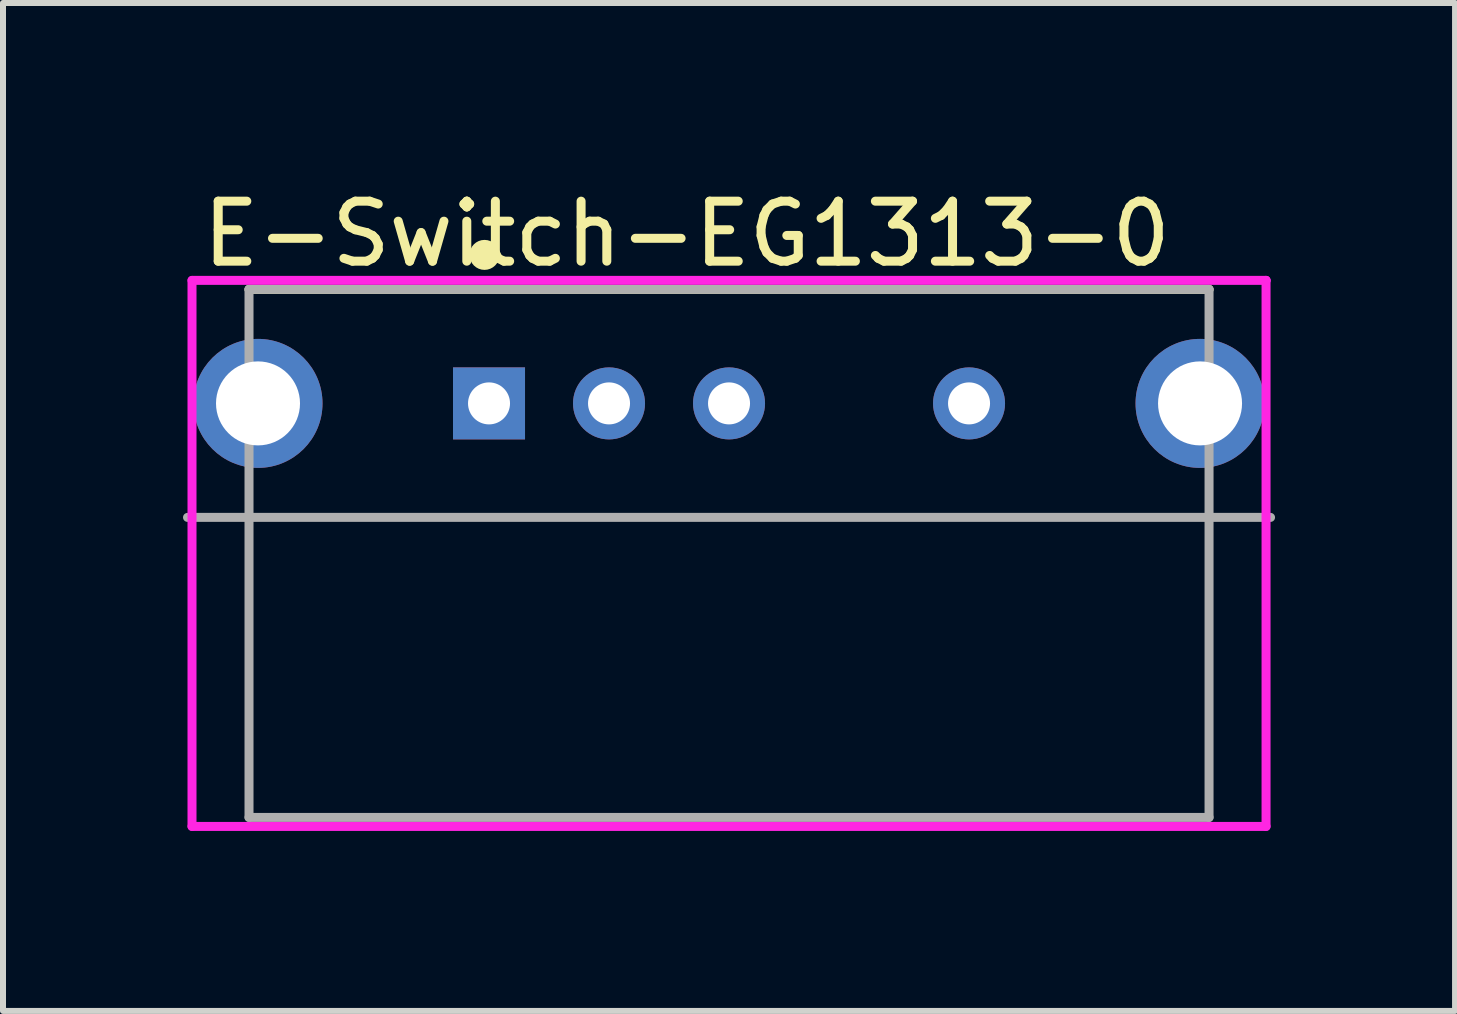
<source format=kicad_pcb>
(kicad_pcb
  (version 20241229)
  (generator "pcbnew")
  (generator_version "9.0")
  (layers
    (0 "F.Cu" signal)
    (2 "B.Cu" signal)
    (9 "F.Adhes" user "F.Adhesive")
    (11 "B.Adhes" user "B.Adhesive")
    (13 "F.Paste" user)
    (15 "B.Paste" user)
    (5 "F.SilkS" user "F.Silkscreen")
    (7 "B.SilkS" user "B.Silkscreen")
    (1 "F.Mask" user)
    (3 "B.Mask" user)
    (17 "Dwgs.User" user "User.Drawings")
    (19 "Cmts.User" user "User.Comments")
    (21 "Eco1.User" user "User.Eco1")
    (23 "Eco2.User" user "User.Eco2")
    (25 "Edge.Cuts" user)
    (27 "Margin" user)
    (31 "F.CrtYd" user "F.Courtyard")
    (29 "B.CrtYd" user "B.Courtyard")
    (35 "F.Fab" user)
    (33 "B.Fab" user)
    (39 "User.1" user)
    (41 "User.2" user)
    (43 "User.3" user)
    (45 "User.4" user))
  (footprint "E-Switch-EG1313-0"
    (layer "F.Cu")
    (at 9.1 6.173)
    (property "Reference" "E-Switch-EG1313-0" (at -8.85 -5.325 0) (layer "F.SilkS") (effects (font (size 1 1) (thickness 0.15)) (justify left)))
    (attr through_hole)
    (fp_line (start -8 -4.4) (end 8 -4.4) (stroke (width 0.15) (type solid)) (layer "F.SilkS"))
    (fp_circle (center -4.075 -4.975) (end -3.95 -4.975) (stroke (width 0.25) (type solid)) (fill no) (layer "F.SilkS"))
    (fp_line (start -8.95 -4.55) (end -8.95 4.55) (stroke (width 0.15) (type solid)) (layer "F.CrtYd"))
    (fp_line (start -8.95 4.55) (end 8.95 4.55) (stroke (width 0.15) (type solid)) (layer "F.CrtYd"))
    (fp_line (start 8.95 -4.55) (end -8.95 -4.55) (stroke (width 0.15) (type solid)) (layer "F.CrtYd"))
    (fp_line (start 8.95 -4.55) (end 8.95 -4.55) (stroke (width 0.15) (type solid)) (layer "F.CrtYd"))
    (fp_line (start 8.95 4.55) (end 8.95 -4.55) (stroke (width 0.15) (type solid)) (layer "F.CrtYd"))
    (fp_line (start -9.025 -0.6) (end 9.025 -0.6) (stroke (width 0.15) (type solid)) (layer "F.Fab"))
    (fp_line (start -8 -4.4) (end 8 -4.4) (stroke (width 0.15) (type solid)) (layer "F.Fab"))
    (fp_line (start -8 4.4) (end -8 -4.4) (stroke (width 0.15) (type solid)) (layer "F.Fab"))
    (fp_line (start 8 -4.4) (end 8 4.4) (stroke (width 0.15) (type solid)) (layer "F.Fab"))
    (fp_line (start 8 4.4) (end -8 4.4) (stroke (width 0.15) (type solid)) (layer "F.Fab"))
    (pad "1" thru_hole rect (at -4 -2.5) (size 1.2 1.2) (drill 0.7) (layers "*.Cu"))
    (pad "2" thru_hole circle (at -2 -2.5) (size 1.2 1.2) (drill 0.7) (layers "*.Cu"))
    (pad "3" thru_hole circle (at 0 -2.5) (size 1.2 1.2) (drill 0.7) (layers "*.Cu"))
    (pad "4" thru_hole circle (at 4 -2.5) (size 1.2 1.2) (drill 0.7) (layers "*.Cu"))
    (pad "5" thru_hole circle (at -7.85 -2.5) (size 2.15 2.15) (drill 1.4) (layers "*.Cu"))
    (pad "6" thru_hole circle (at 7.85 -2.5) (size 2.15 2.15) (drill 1.4) (layers "*.Cu")))
  (gr_rect
    (start -3 -3)
    (end 21.2 13.798)
    (stroke (width 0.1) (type default))
    (fill no)
    (layer "Edge.Cuts")))
</source>
